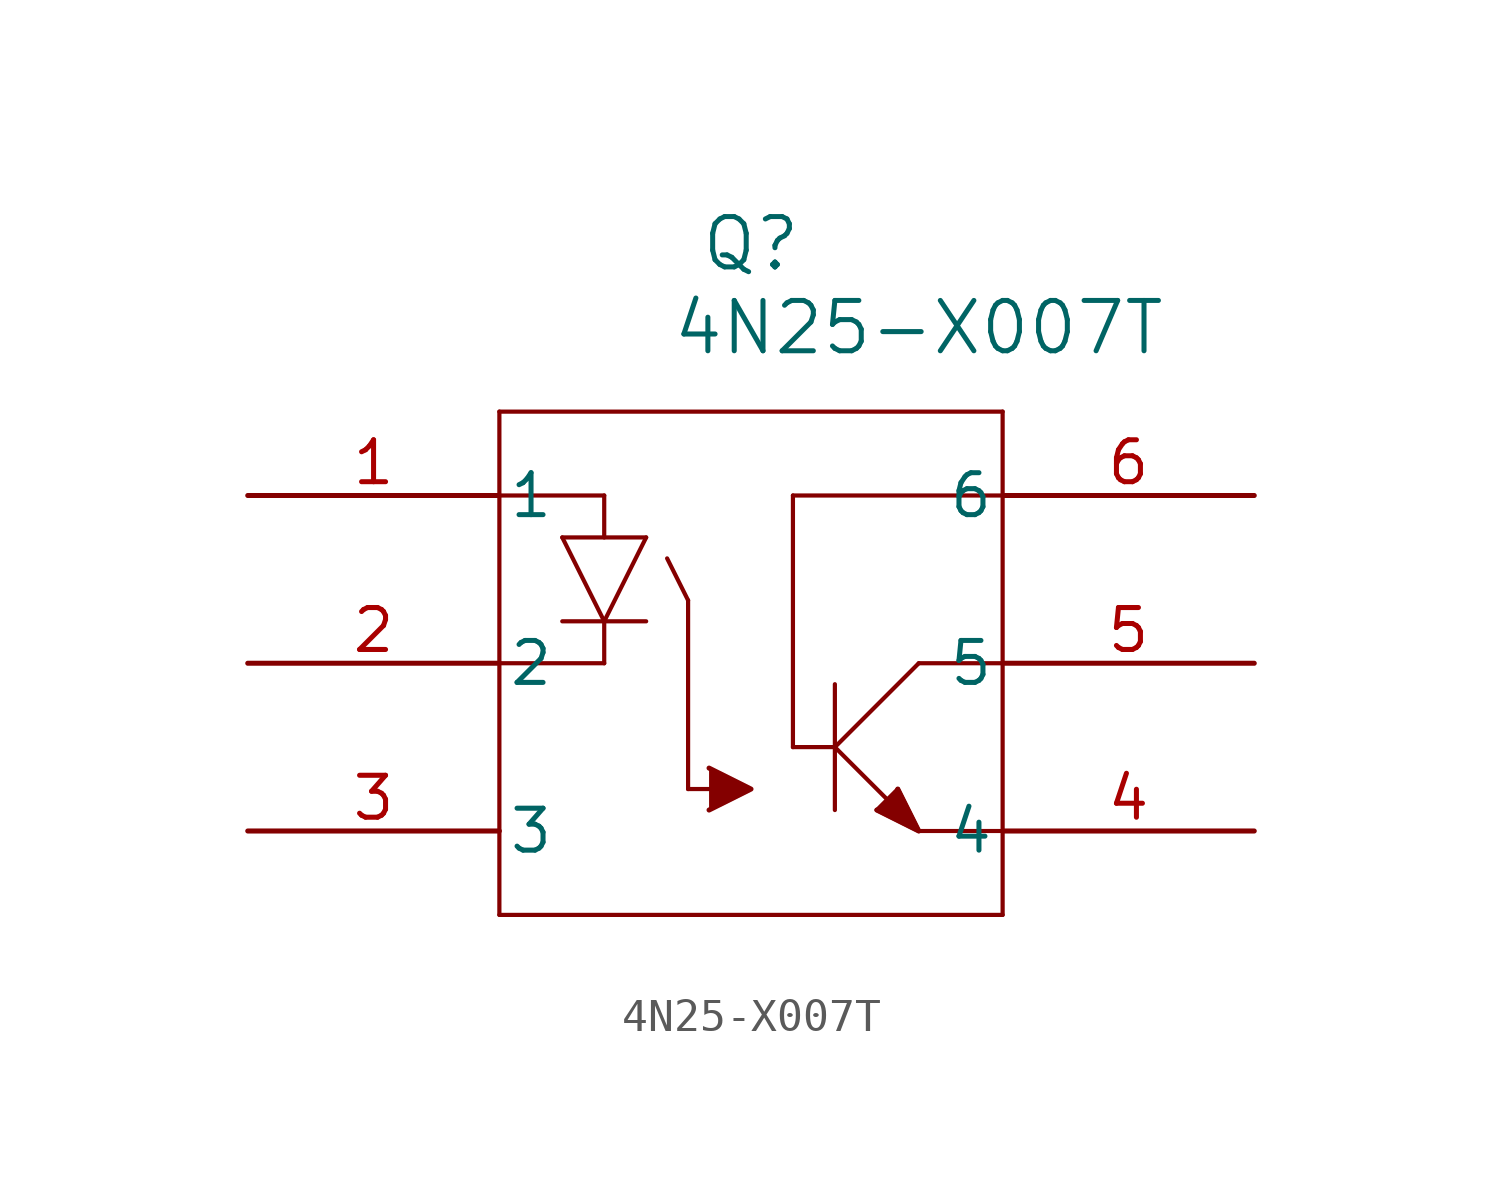
<source format=kicad_sym>
(kicad_symbol_lib
  (version 20211014)
  (generator kicad_symbol_editor)
  (symbol "4N25-X007T"
    (pin_names
      (offset 0.254))
    (property "Reference" "Q"
      (at 15.24 7.62 0)
      (effects (font (size 1.524 1.524))))
    (property "Value" "4N25-X007T"
      (at 20.32 5.08 0)
      (effects (font (size 1.524 1.524))))
    (symbol "4N25-X007T_0_1"
      (polyline (pts (xy 7.62 2.54) (xy 7.62 -12.7)) (stroke (width 0.127) (type default) (color 0 0 0 0)) (fill (type none)))
      (polyline (pts (xy 7.62 -12.7) (xy 22.86 -12.7)) (stroke (width 0.127) (type default) (color 0 0 0 0)) (fill (type none)))
      (polyline (pts (xy 22.86 -12.7) (xy 22.86 2.54)) (stroke (width 0.127) (type default) (color 0 0 0 0)) (fill (type none)))
      (polyline (pts (xy 22.86 2.54) (xy 7.62 2.54)) (stroke (width 0.127) (type default) (color 0 0 0 0)) (fill (type none)))
      (polyline (pts (xy 7.62 0) (xy 10.795 0)) (stroke (width 0.127) (type default) (color 0 0 0 0)) (fill (type none)))
      (polyline (pts (xy 7.62 -5.08) (xy 10.795 -5.08)) (stroke (width 0.127) (type default) (color 0 0 0 0)) (fill (type none)))
      (polyline (pts (xy 10.795 -3.81) (xy 10.795 -5.08)) (stroke (width 0.127) (type default) (color 0 0 0 0)) (fill (type none)))
      (polyline (pts (xy 9.525 -1.27) (xy 12.065 -1.27)) (stroke (width 0.127) (type default) (color 0 0 0 0)) (fill (type none)))
      (polyline (pts (xy 12.065 -1.27) (xy 10.795 -3.81)) (stroke (width 0.127) (type default) (color 0 0 0 0)) (fill (type none)))
      (polyline (pts (xy 9.525 -1.27) (xy 10.795 -3.81)) (stroke (width 0.127) (type default) (color 0 0 0 0)) (fill (type none)))
      (polyline (pts (xy 9.525 -3.81) (xy 12.065 -3.81)) (stroke (width 0.127) (type default) (color 0 0 0 0)) (fill (type none)))
      (polyline (pts (xy 10.795 0) (xy 10.795 -1.27)) (stroke (width 0.127) (type default) (color 0 0 0 0)) (fill (type none)))
      (polyline (pts (xy 12.7 -1.905) (xy 13.335 -3.175)) (stroke (width 0.127) (type default) (color 0 0 0 0)) (fill (type none)))
      (polyline (pts (xy 13.335 -3.175) (xy 13.335 -8.89)) (stroke (width 0.127) (type default) (color 0 0 0 0)) (fill (type none)))
      (polyline (pts (xy 17.78 -5.715) (xy 17.78 -9.525)) (stroke (width 0.127) (type default) (color 0 0 0 0)) (fill (type none)))
      (polyline (pts (xy 22.86 -5.08) (xy 20.32 -5.08)) (stroke (width 0.127) (type default) (color 0 0 0 0)) (fill (type none)))
      (polyline (pts (xy 20.32 -5.08) (xy 17.78 -7.62)) (stroke (width 0.127) (type default) (color 0 0 0 0)) (fill (type none)))
      (polyline (pts (xy 17.78 -7.62) (xy 20.32 -10.16)) (stroke (width 0.127) (type default) (color 0 0 0 0)) (fill (type none)))
      (polyline (pts (xy 20.32 -10.16) (xy 22.86 -10.16)) (stroke (width 0.127) (type default) (color 0 0 0 0)) (fill (type none)))
      (polyline (pts (xy 20.32 -10.16) (xy 19.685 -8.89)) (stroke (width 0.127) (type default) (color 0 0 0 0)) (fill (type none)))
      (polyline (pts (xy 19.05 -9.525) (xy 20.32 -10.16)) (stroke (width 0.127) (type default) (color 0 0 0 0)) (fill (type none)))
      (polyline (pts (xy 19.685 -8.89) (xy 19.05 -9.525)) (stroke (width 0.127) (type default) (color 0 0 0 0)) (fill (type none)))
      (polyline (pts (xy 19.05 -9.525) (xy 20.32 -10.16) (xy 19.685 -8.89)) (stroke (width 0) (type default) (color 0 0 0 0)) (fill (type outline)))
      (polyline (pts (xy 22.86 0) (xy 16.51 0)) (stroke (width 0.127) (type default) (color 0 0 0 0)) (fill (type none)))
      (polyline (pts (xy 16.51 0) (xy 16.51 -7.62)) (stroke (width 0.127) (type default) (color 0 0 0 0)) (fill (type none)))
      (polyline (pts (xy 16.51 -7.62) (xy 17.78 -7.62)) (stroke (width 0.127) (type default) (color 0 0 0 0)) (fill (type none)))
      (polyline (pts (xy 13.335 -8.89) (xy 14.605 -8.89)) (stroke (width 0.127) (type default) (color 0 0 0 0)) (fill (type none)))
      (polyline (pts (xy 13.97 -8.255) (xy 15.24 -8.89) (xy 15.24 -8.89) (xy 13.97 -9.525)) (stroke (width 0) (type default) (color 0 0 0 0)) (fill (type outline)))
      (pin unspecified line (at 0 0 0) (length 7.62) (name "1" (effects (font (size 1.27 1.27)))) (number "1" (effects (font (size 1.27 1.27)))))
      (pin unspecified line (at 0 -5.08 0) (length 7.62) (name "2" (effects (font (size 1.27 1.27)))) (number "2" (effects (font (size 1.27 1.27)))))
      (pin unspecified line (at 0 -10.16 0) (length 7.62) (name "3" (effects (font (size 1.27 1.27)))) (number "3" (effects (font (size 1.27 1.27)))))
      (pin unspecified line (at 30.48 -10.16 180) (length 7.62) (name "4" (effects (font (size 1.27 1.27)))) (number "4" (effects (font (size 1.27 1.27)))))
      (pin unspecified line (at 30.48 -5.08 180) (length 7.62) (name "5" (effects (font (size 1.27 1.27)))) (number "5" (effects (font (size 1.27 1.27)))))
      (pin unspecified line (at 30.48 0 180) (length 7.62) (name "6" (effects (font (size 1.27 1.27)))) (number "6" (effects (font (size 1.27 1.27))))))))
</source>
